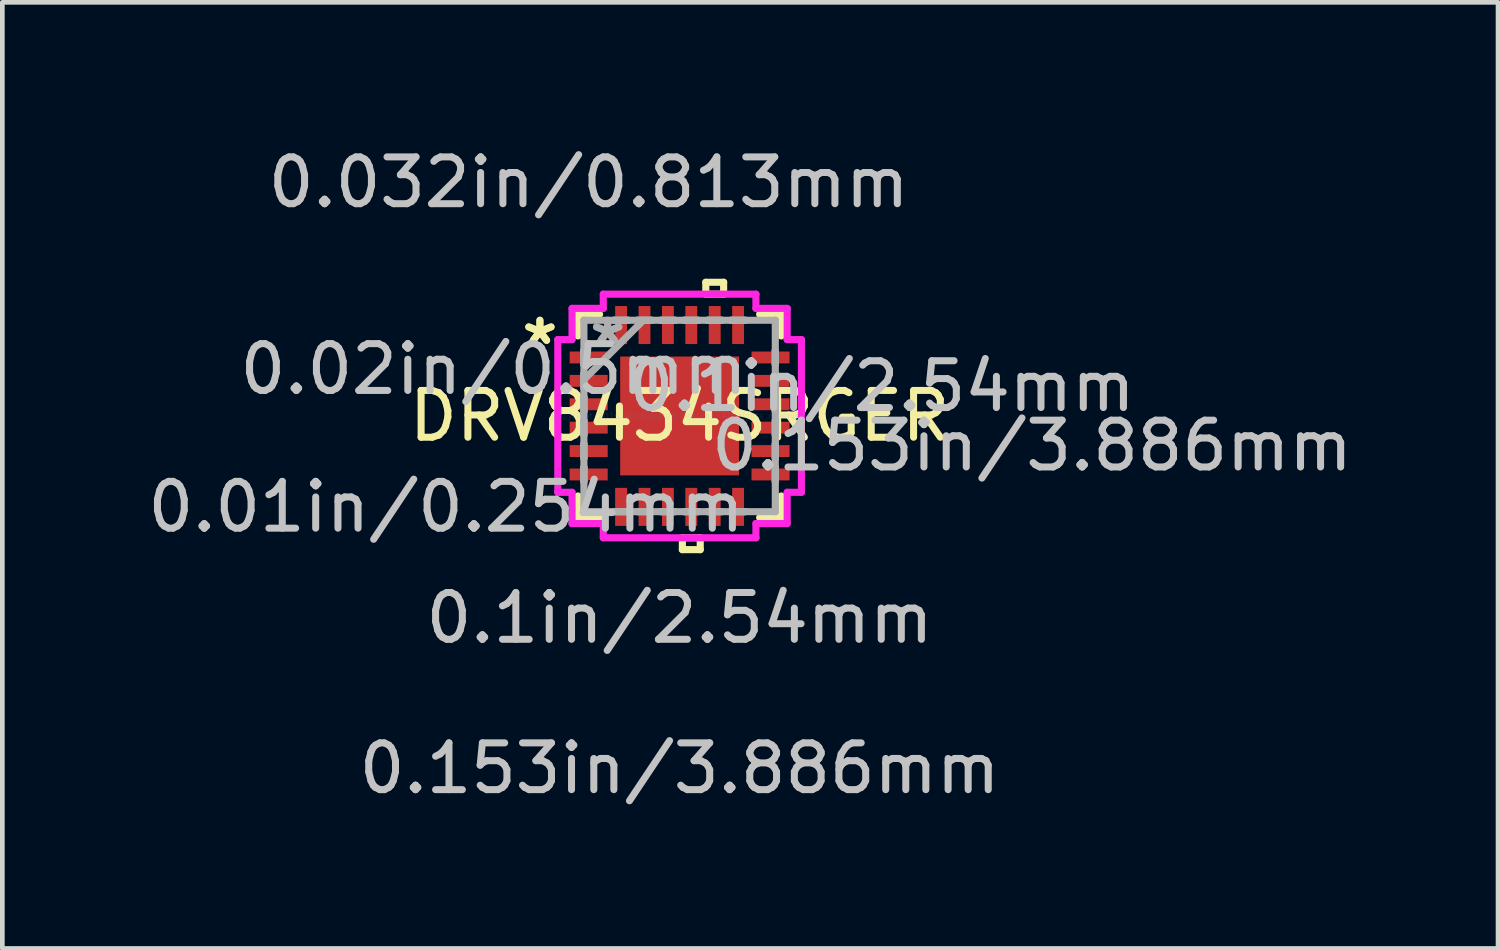
<source format=kicad_pcb>
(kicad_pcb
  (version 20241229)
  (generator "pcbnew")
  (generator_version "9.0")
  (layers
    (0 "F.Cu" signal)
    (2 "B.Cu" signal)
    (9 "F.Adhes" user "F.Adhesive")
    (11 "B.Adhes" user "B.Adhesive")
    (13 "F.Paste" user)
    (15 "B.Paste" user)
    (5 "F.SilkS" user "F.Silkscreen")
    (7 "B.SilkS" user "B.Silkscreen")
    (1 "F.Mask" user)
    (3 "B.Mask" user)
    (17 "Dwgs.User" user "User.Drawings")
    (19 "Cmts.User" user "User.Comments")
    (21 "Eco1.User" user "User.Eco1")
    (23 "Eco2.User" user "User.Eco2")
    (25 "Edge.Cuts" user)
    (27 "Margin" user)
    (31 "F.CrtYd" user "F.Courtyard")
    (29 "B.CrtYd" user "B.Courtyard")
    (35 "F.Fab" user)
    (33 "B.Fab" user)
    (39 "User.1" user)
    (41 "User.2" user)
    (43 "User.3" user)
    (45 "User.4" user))
  (footprint "DRV8434SRGER"
    (layer "F.Cu")
    (at 11.473 5.839)
    (property "Reference" "DRV8434SRGER" (at 0 0 0) (layer "F.SilkS") (effects (font (size 1 1) (thickness 0.15))))
    (attr through_hole)
    (fp_line (start -2.172 -2.172) (end -2.172 -1.71) (stroke (width 0.152) (type solid)) (layer "F.SilkS"))
    (fp_line (start -2.172 1.71) (end -2.172 2.172) (stroke (width 0.152) (type solid)) (layer "F.SilkS"))
    (fp_line (start -2.172 2.172) (end -1.71 2.172) (stroke (width 0.152) (type solid)) (layer "F.SilkS"))
    (fp_line (start -1.71 -2.172) (end -2.172 -2.172) (stroke (width 0.152) (type solid)) (layer "F.SilkS"))
    (fp_line (start 0.059 2.603) (end 0.059 2.857) (stroke (width 0.152) (type solid)) (layer "F.SilkS"))
    (fp_line (start 0.059 2.857) (end 0.441 2.857) (stroke (width 0.152) (type solid)) (layer "F.SilkS"))
    (fp_line (start 0.441 2.603) (end 0.059 2.603) (stroke (width 0.152) (type solid)) (layer "F.SilkS"))
    (fp_line (start 0.441 2.857) (end 0.441 2.603) (stroke (width 0.152) (type solid)) (layer "F.SilkS"))
    (fp_line (start 0.56 -2.857) (end 0.941 -2.857) (stroke (width 0.152) (type solid)) (layer "F.SilkS"))
    (fp_line (start 0.56 -2.603) (end 0.56 -2.857) (stroke (width 0.152) (type solid)) (layer "F.SilkS"))
    (fp_line (start 0.941 -2.857) (end 0.941 -2.603) (stroke (width 0.152) (type solid)) (layer "F.SilkS"))
    (fp_line (start 0.941 -2.603) (end 0.56 -2.603) (stroke (width 0.152) (type solid)) (layer "F.SilkS"))
    (fp_line (start 1.71 2.172) (end 2.172 2.172) (stroke (width 0.152) (type solid)) (layer "F.SilkS"))
    (fp_line (start 2.172 -2.172) (end 1.71 -2.172) (stroke (width 0.152) (type solid)) (layer "F.SilkS"))
    (fp_line (start 2.172 -1.71) (end 2.172 -2.172) (stroke (width 0.152) (type solid)) (layer "F.SilkS"))
    (fp_line (start 2.172 2.172) (end 2.172 1.71) (stroke (width 0.152) (type solid)) (layer "F.SilkS"))
    (fp_line (start -1.17 -1.17) (end -1.17 -0.1) (stroke (width 0.152) (type solid)) (layer "F.Paste"))
    (fp_line (start -1.17 -0.1) (end -0.1 -0.1) (stroke (width 0.152) (type solid)) (layer "F.Paste"))
    (fp_line (start -1.17 0.1) (end -1.17 1.17) (stroke (width 0.152) (type solid)) (layer "F.Paste"))
    (fp_line (start -1.17 1.17) (end -0.1 1.17) (stroke (width 0.152) (type solid)) (layer "F.Paste"))
    (fp_line (start -0.1 -1.17) (end -1.17 -1.17) (stroke (width 0.152) (type solid)) (layer "F.Paste"))
    (fp_line (start -0.1 -0.1) (end -0.1 -1.17) (stroke (width 0.152) (type solid)) (layer "F.Paste"))
    (fp_line (start -0.1 0.1) (end -1.17 0.1) (stroke (width 0.152) (type solid)) (layer "F.Paste"))
    (fp_line (start -0.1 1.17) (end -0.1 0.1) (stroke (width 0.152) (type solid)) (layer "F.Paste"))
    (fp_line (start 0.1 -1.17) (end 0.1 -0.1) (stroke (width 0.152) (type solid)) (layer "F.Paste"))
    (fp_line (start 0.1 -0.1) (end 1.17 -0.1) (stroke (width 0.152) (type solid)) (layer "F.Paste"))
    (fp_line (start 0.1 0.1) (end 0.1 1.17) (stroke (width 0.152) (type solid)) (layer "F.Paste"))
    (fp_line (start 0.1 1.17) (end 1.17 1.17) (stroke (width 0.152) (type solid)) (layer "F.Paste"))
    (fp_line (start 1.17 -1.17) (end 0.1 -1.17) (stroke (width 0.152) (type solid)) (layer "F.Paste"))
    (fp_line (start 1.17 -0.1) (end 1.17 -1.17) (stroke (width 0.152) (type solid)) (layer "F.Paste"))
    (fp_line (start 1.17 0.1) (end 0.1 0.1) (stroke (width 0.152) (type solid)) (layer "F.Paste"))
    (fp_line (start 1.17 1.17) (end 1.17 0.1) (stroke (width 0.152) (type solid)) (layer "F.Paste"))
    (fp_line (start -2.603 -1.631) (end -2.299 -1.631) (stroke (width 0.152) (type solid)) (layer "F.CrtYd"))
    (fp_line (start -2.603 1.631) (end -2.603 -1.631) (stroke (width 0.152) (type solid)) (layer "F.CrtYd"))
    (fp_line (start -2.299 -2.299) (end -1.631 -2.299) (stroke (width 0.152) (type solid)) (layer "F.CrtYd"))
    (fp_line (start -2.299 -1.631) (end -2.299 -2.299) (stroke (width 0.152) (type solid)) (layer "F.CrtYd"))
    (fp_line (start -2.299 1.631) (end -2.603 1.631) (stroke (width 0.152) (type solid)) (layer "F.CrtYd"))
    (fp_line (start -2.299 2.299) (end -2.299 1.631) (stroke (width 0.152) (type solid)) (layer "F.CrtYd"))
    (fp_line (start -1.631 -2.603) (end 1.631 -2.603) (stroke (width 0.152) (type solid)) (layer "F.CrtYd"))
    (fp_line (start -1.631 -2.299) (end -1.631 -2.603) (stroke (width 0.152) (type solid)) (layer "F.CrtYd"))
    (fp_line (start -1.631 2.299) (end -2.299 2.299) (stroke (width 0.152) (type solid)) (layer "F.CrtYd"))
    (fp_line (start -1.631 2.603) (end -1.631 2.299) (stroke (width 0.152) (type solid)) (layer "F.CrtYd"))
    (fp_line (start 1.631 -2.603) (end 1.631 -2.299) (stroke (width 0.152) (type solid)) (layer "F.CrtYd"))
    (fp_line (start 1.631 -2.299) (end 2.299 -2.299) (stroke (width 0.152) (type solid)) (layer "F.CrtYd"))
    (fp_line (start 1.631 2.299) (end 1.631 2.603) (stroke (width 0.152) (type solid)) (layer "F.CrtYd"))
    (fp_line (start 1.631 2.603) (end -1.631 2.603) (stroke (width 0.152) (type solid)) (layer "F.CrtYd"))
    (fp_line (start 2.299 -2.299) (end 2.299 -1.631) (stroke (width 0.152) (type solid)) (layer "F.CrtYd"))
    (fp_line (start 2.299 -1.631) (end 2.603 -1.631) (stroke (width 0.152) (type solid)) (layer "F.CrtYd"))
    (fp_line (start 2.299 1.631) (end 2.299 2.299) (stroke (width 0.152) (type solid)) (layer "F.CrtYd"))
    (fp_line (start 2.299 2.299) (end 1.631 2.299) (stroke (width 0.152) (type solid)) (layer "F.CrtYd"))
    (fp_line (start 2.603 -1.631) (end 2.603 1.631) (stroke (width 0.152) (type solid)) (layer "F.CrtYd"))
    (fp_line (start 2.603 1.631) (end 2.299 1.631) (stroke (width 0.152) (type solid)) (layer "F.CrtYd"))
    (fp_line (start -2.045 -2.045) (end -2.045 -2.045) (stroke (width 0.152) (type solid)) (layer "F.Fab"))
    (fp_line (start -2.045 -2.045) (end -2.045 2.045) (stroke (width 0.152) (type solid)) (layer "F.Fab"))
    (fp_line (start -2.045 -1.402) (end -2.045 -1.402) (stroke (width 0.152) (type solid)) (layer "F.Fab"))
    (fp_line (start -2.045 -1.402) (end -2.045 -1.098) (stroke (width 0.152) (type solid)) (layer "F.Fab"))
    (fp_line (start -2.045 -1.098) (end -2.045 -1.402) (stroke (width 0.152) (type solid)) (layer "F.Fab"))
    (fp_line (start -2.045 -1.098) (end -2.045 -1.098) (stroke (width 0.152) (type solid)) (layer "F.Fab"))
    (fp_line (start -2.045 -0.902) (end -2.045 -0.902) (stroke (width 0.152) (type solid)) (layer "F.Fab"))
    (fp_line (start -2.045 -0.902) (end -2.045 -0.598) (stroke (width 0.152) (type solid)) (layer "F.Fab"))
    (fp_line (start -2.045 -0.775) (end -0.775 -2.045) (stroke (width 0.152) (type solid)) (layer "F.Fab"))
    (fp_line (start -2.045 -0.598) (end -2.045 -0.902) (stroke (width 0.152) (type solid)) (layer "F.Fab"))
    (fp_line (start -2.045 -0.598) (end -2.045 -0.598) (stroke (width 0.152) (type solid)) (layer "F.Fab"))
    (fp_line (start -2.045 -0.402) (end -2.045 -0.402) (stroke (width 0.152) (type solid)) (layer "F.Fab"))
    (fp_line (start -2.045 -0.402) (end -2.045 -0.098) (stroke (width 0.152) (type solid)) (layer "F.Fab"))
    (fp_line (start -2.045 -0.098) (end -2.045 -0.402) (stroke (width 0.152) (type solid)) (layer "F.Fab"))
    (fp_line (start -2.045 -0.098) (end -2.045 -0.098) (stroke (width 0.152) (type solid)) (layer "F.Fab"))
    (fp_line (start -2.045 0.098) (end -2.045 0.098) (stroke (width 0.152) (type solid)) (layer "F.Fab"))
    (fp_line (start -2.045 0.098) (end -2.045 0.402) (stroke (width 0.152) (type solid)) (layer "F.Fab"))
    (fp_line (start -2.045 0.402) (end -2.045 0.098) (stroke (width 0.152) (type solid)) (layer "F.Fab"))
    (fp_line (start -2.045 0.402) (end -2.045 0.402) (stroke (width 0.152) (type solid)) (layer "F.Fab"))
    (fp_line (start -2.045 0.598) (end -2.045 0.598) (stroke (width 0.152) (type solid)) (layer "F.Fab"))
    (fp_line (start -2.045 0.598) (end -2.045 0.902) (stroke (width 0.152) (type solid)) (layer "F.Fab"))
    (fp_line (start -2.045 0.902) (end -2.045 0.598) (stroke (width 0.152) (type solid)) (layer "F.Fab"))
    (fp_line (start -2.045 0.902) (end -2.045 0.902) (stroke (width 0.152) (type solid)) (layer "F.Fab"))
    (fp_line (start -2.045 1.098) (end -2.045 1.098) (stroke (width 0.152) (type solid)) (layer "F.Fab"))
    (fp_line (start -2.045 1.098) (end -2.045 1.402) (stroke (width 0.152) (type solid)) (layer "F.Fab"))
    (fp_line (start -2.045 1.402) (end -2.045 1.098) (stroke (width 0.152) (type solid)) (layer "F.Fab"))
    (fp_line (start -2.045 1.402) (end -2.045 1.402) (stroke (width 0.152) (type solid)) (layer "F.Fab"))
    (fp_line (start -2.045 2.045) (end -2.045 2.045) (stroke (width 0.152) (type solid)) (layer "F.Fab"))
    (fp_line (start -2.045 2.045) (end 2.045 2.045) (stroke (width 0.152) (type solid)) (layer "F.Fab"))
    (fp_line (start -1.402 -2.045) (end -1.402 -2.045) (stroke (width 0.152) (type solid)) (layer "F.Fab"))
    (fp_line (start -1.402 -2.045) (end -1.098 -2.045) (stroke (width 0.152) (type solid)) (layer "F.Fab"))
    (fp_line (start -1.402 2.045) (end -1.402 2.045) (stroke (width 0.152) (type solid)) (layer "F.Fab"))
    (fp_line (start -1.402 2.045) (end -1.098 2.045) (stroke (width 0.152) (type solid)) (layer "F.Fab"))
    (fp_line (start -1.098 -2.045) (end -1.402 -2.045) (stroke (width 0.152) (type solid)) (layer "F.Fab"))
    (fp_line (start -1.098 -2.045) (end -1.098 -2.045) (stroke (width 0.152) (type solid)) (layer "F.Fab"))
    (fp_line (start -1.098 2.045) (end -1.402 2.045) (stroke (width 0.152) (type solid)) (layer "F.Fab"))
    (fp_line (start -1.098 2.045) (end -1.098 2.045) (stroke (width 0.152) (type solid)) (layer "F.Fab"))
    (fp_line (start -0.902 -2.045) (end -0.902 -2.045) (stroke (width 0.152) (type solid)) (layer "F.Fab"))
    (fp_line (start -0.902 -2.045) (end -0.598 -2.045) (stroke (width 0.152) (type solid)) (layer "F.Fab"))
    (fp_line (start -0.902 2.045) (end -0.902 2.045) (stroke (width 0.152) (type solid)) (layer "F.Fab"))
    (fp_line (start -0.902 2.045) (end -0.598 2.045) (stroke (width 0.152) (type solid)) (layer "F.Fab"))
    (fp_line (start -0.598 -2.045) (end -0.902 -2.045) (stroke (width 0.152) (type solid)) (layer "F.Fab"))
    (fp_line (start -0.598 -2.045) (end -0.598 -2.045) (stroke (width 0.152) (type solid)) (layer "F.Fab"))
    (fp_line (start -0.598 2.045) (end -0.902 2.045) (stroke (width 0.152) (type solid)) (layer "F.Fab"))
    (fp_line (start -0.598 2.045) (end -0.598 2.045) (stroke (width 0.152) (type solid)) (layer "F.Fab"))
    (fp_line (start -0.402 -2.045) (end -0.402 -2.045) (stroke (width 0.152) (type solid)) (layer "F.Fab"))
    (fp_line (start -0.402 -2.045) (end -0.098 -2.045) (stroke (width 0.152) (type solid)) (layer "F.Fab"))
    (fp_line (start -0.402 2.045) (end -0.402 2.045) (stroke (width 0.152) (type solid)) (layer "F.Fab"))
    (fp_line (start -0.402 2.045) (end -0.098 2.045) (stroke (width 0.152) (type solid)) (layer "F.Fab"))
    (fp_line (start -0.098 -2.045) (end -0.402 -2.045) (stroke (width 0.152) (type solid)) (layer "F.Fab"))
    (fp_line (start -0.098 -2.045) (end -0.098 -2.045) (stroke (width 0.152) (type solid)) (layer "F.Fab"))
    (fp_line (start -0.098 2.045) (end -0.402 2.045) (stroke (width 0.152) (type solid)) (layer "F.Fab"))
    (fp_line (start -0.098 2.045) (end -0.098 2.045) (stroke (width 0.152) (type solid)) (layer "F.Fab"))
    (fp_line (start 0.098 -2.045) (end 0.098 -2.045) (stroke (width 0.152) (type solid)) (layer "F.Fab"))
    (fp_line (start 0.098 -2.045) (end 0.402 -2.045) (stroke (width 0.152) (type solid)) (layer "F.Fab"))
    (fp_line (start 0.098 2.045) (end 0.098 2.045) (stroke (width 0.152) (type solid)) (layer "F.Fab"))
    (fp_line (start 0.098 2.045) (end 0.402 2.045) (stroke (width 0.152) (type solid)) (layer "F.Fab"))
    (fp_line (start 0.402 -2.045) (end 0.098 -2.045) (stroke (width 0.152) (type solid)) (layer "F.Fab"))
    (fp_line (start 0.402 -2.045) (end 0.402 -2.045) (stroke (width 0.152) (type solid)) (layer "F.Fab"))
    (fp_line (start 0.402 2.045) (end 0.098 2.045) (stroke (width 0.152) (type solid)) (layer "F.Fab"))
    (fp_line (start 0.402 2.045) (end 0.402 2.045) (stroke (width 0.152) (type solid)) (layer "F.Fab"))
    (fp_line (start 0.598 -2.045) (end 0.598 -2.045) (stroke (width 0.152) (type solid)) (layer "F.Fab"))
    (fp_line (start 0.598 -2.045) (end 0.902 -2.045) (stroke (width 0.152) (type solid)) (layer "F.Fab"))
    (fp_line (start 0.598 2.045) (end 0.598 2.045) (stroke (width 0.152) (type solid)) (layer "F.Fab"))
    (fp_line (start 0.598 2.045) (end 0.902 2.045) (stroke (width 0.152) (type solid)) (layer "F.Fab"))
    (fp_line (start 0.902 -2.045) (end 0.598 -2.045) (stroke (width 0.152) (type solid)) (layer "F.Fab"))
    (fp_line (start 0.902 -2.045) (end 0.902 -2.045) (stroke (width 0.152) (type solid)) (layer "F.Fab"))
    (fp_line (start 0.902 2.045) (end 0.598 2.045) (stroke (width 0.152) (type solid)) (layer "F.Fab"))
    (fp_line (start 0.902 2.045) (end 0.902 2.045) (stroke (width 0.152) (type solid)) (layer "F.Fab"))
    (fp_line (start 1.098 -2.045) (end 1.098 -2.045) (stroke (width 0.152) (type solid)) (layer "F.Fab"))
    (fp_line (start 1.098 -2.045) (end 1.402 -2.045) (stroke (width 0.152) (type solid)) (layer "F.Fab"))
    (fp_line (start 1.098 2.045) (end 1.098 2.045) (stroke (width 0.152) (type solid)) (layer "F.Fab"))
    (fp_line (start 1.098 2.045) (end 1.402 2.045) (stroke (width 0.152) (type solid)) (layer "F.Fab"))
    (fp_line (start 1.402 -2.045) (end 1.098 -2.045) (stroke (width 0.152) (type solid)) (layer "F.Fab"))
    (fp_line (start 1.402 -2.045) (end 1.402 -2.045) (stroke (width 0.152) (type solid)) (layer "F.Fab"))
    (fp_line (start 1.402 2.045) (end 1.098 2.045) (stroke (width 0.152) (type solid)) (layer "F.Fab"))
    (fp_line (start 1.402 2.045) (end 1.402 2.045) (stroke (width 0.152) (type solid)) (layer "F.Fab"))
    (fp_line (start 2.045 -2.045) (end -2.045 -2.045) (stroke (width 0.152) (type solid)) (layer "F.Fab"))
    (fp_line (start 2.045 -2.045) (end 2.045 -2.045) (stroke (width 0.152) (type solid)) (layer "F.Fab"))
    (fp_line (start 2.045 -1.402) (end 2.045 -1.402) (stroke (width 0.152) (type solid)) (layer "F.Fab"))
    (fp_line (start 2.045 -1.402) (end 2.045 -1.098) (stroke (width 0.152) (type solid)) (layer "F.Fab"))
    (fp_line (start 2.045 -1.098) (end 2.045 -1.402) (stroke (width 0.152) (type solid)) (layer "F.Fab"))
    (fp_line (start 2.045 -1.098) (end 2.045 -1.098) (stroke (width 0.152) (type solid)) (layer "F.Fab"))
    (fp_line (start 2.045 -0.902) (end 2.045 -0.902) (stroke (width 0.152) (type solid)) (layer "F.Fab"))
    (fp_line (start 2.045 -0.902) (end 2.045 -0.598) (stroke (width 0.152) (type solid)) (layer "F.Fab"))
    (fp_line (start 2.045 -0.598) (end 2.045 -0.902) (stroke (width 0.152) (type solid)) (layer "F.Fab"))
    (fp_line (start 2.045 -0.598) (end 2.045 -0.598) (stroke (width 0.152) (type solid)) (layer "F.Fab"))
    (fp_line (start 2.045 -0.402) (end 2.045 -0.402) (stroke (width 0.152) (type solid)) (layer "F.Fab"))
    (fp_line (start 2.045 -0.402) (end 2.045 -0.098) (stroke (width 0.152) (type solid)) (layer "F.Fab"))
    (fp_line (start 2.045 -0.098) (end 2.045 -0.402) (stroke (width 0.152) (type solid)) (layer "F.Fab"))
    (fp_line (start 2.045 -0.098) (end 2.045 -0.098) (stroke (width 0.152) (type solid)) (layer "F.Fab"))
    (fp_line (start 2.045 0.098) (end 2.045 0.098) (stroke (width 0.152) (type solid)) (layer "F.Fab"))
    (fp_line (start 2.045 0.098) (end 2.045 0.402) (stroke (width 0.152) (type solid)) (layer "F.Fab"))
    (fp_line (start 2.045 0.402) (end 2.045 0.098) (stroke (width 0.152) (type solid)) (layer "F.Fab"))
    (fp_line (start 2.045 0.402) (end 2.045 0.402) (stroke (width 0.152) (type solid)) (layer "F.Fab"))
    (fp_line (start 2.045 0.598) (end 2.045 0.598) (stroke (width 0.152) (type solid)) (layer "F.Fab"))
    (fp_line (start 2.045 0.598) (end 2.045 0.902) (stroke (width 0.152) (type solid)) (layer "F.Fab"))
    (fp_line (start 2.045 0.902) (end 2.045 0.598) (stroke (width 0.152) (type solid)) (layer "F.Fab"))
    (fp_line (start 2.045 0.902) (end 2.045 0.902) (stroke (width 0.152) (type solid)) (layer "F.Fab"))
    (fp_line (start 2.045 1.098) (end 2.045 1.098) (stroke (width 0.152) (type solid)) (layer "F.Fab"))
    (fp_line (start 2.045 1.098) (end 2.045 1.402) (stroke (width 0.152) (type solid)) (layer "F.Fab"))
    (fp_line (start 2.045 1.402) (end 2.045 1.098) (stroke (width 0.152) (type solid)) (layer "F.Fab"))
    (fp_line (start 2.045 1.402) (end 2.045 1.402) (stroke (width 0.152) (type solid)) (layer "F.Fab"))
    (fp_line (start 2.045 2.045) (end 2.045 -2.045) (stroke (width 0.152) (type solid)) (layer "F.Fab"))
    (fp_line (start 2.045 2.045) (end 2.045 2.045) (stroke (width 0.152) (type solid)) (layer "F.Fab"))
    (fp_text user "*" (at -2.985 -1.5 0) (layer "F.SilkS") (effects (font (size 1 1) (thickness 0.15))))
    (fp_text user "*" (at -2.985 -1.5 0) (layer "F.SilkS") (effects (font (size 1 1) (thickness 0.15))))
    (fp_text user "0.01in/0.254mm" (at -4.991 1.943 0) (layer "Dwgs.User") (effects (font (size 1 1) (thickness 0.15))))
    (fp_text user "0.153in/3.886mm" (at 7.531 0.635 0) (layer "Dwgs.User") (effects (font (size 1 1) (thickness 0.15))))
    (fp_text user "0.153in/3.886mm" (at 0 7.531 0) (layer "Dwgs.User") (effects (font (size 1 1) (thickness 0.15))))
    (fp_text user "0.1in/2.54mm" (at 4.318 -0.635 0) (layer "Dwgs.User") (effects (font (size 1 1) (thickness 0.15))))
    (fp_text user "0.1in/2.54mm" (at 0 4.318 0) (layer "Dwgs.User") (effects (font (size 1 1) (thickness 0.15))))
    (fp_text user "0.02in/0.5mm" (at -3.975 -1 0) (layer "Dwgs.User") (effects (font (size 1 1) (thickness 0.15))))
    (fp_text user "0.032in/0.813mm" (at -1.943 -4.991 0) (layer "Dwgs.User") (effects (font (size 1 1) (thickness 0.15))))
    (fp_text user "Copyright 2016 Accelerated Designs. All rights reserved." (at 0 0 0) (layer "Cmts.User") (effects (font (size 0.127 0.127) (thickness 0.002))))
    (fp_text user "*" (at -1.537 -1.5 0) (layer "F.Fab") (effects (font (size 1 1) (thickness 0.15))))
    (fp_text user "*" (at -1.537 -1.5 0) (layer "F.Fab") (effects (font (size 1 1) (thickness 0.15))))
    (pad "1" smd rect (at -1.943 -1.25 90) (size 0.254 0.813) (layers "F.Cu" "F.Mask" "F.Paste"))
    (pad "2" smd rect (at -1.943 -0.75 90) (size 0.254 0.813) (layers "F.Cu" "F.Mask" "F.Paste"))
    (pad "3" smd rect (at -1.943 -0.25 90) (size 0.254 0.813) (layers "F.Cu" "F.Mask" "F.Paste"))
    (pad "4" smd rect (at -1.943 0.25 90) (size 0.254 0.813) (layers "F.Cu" "F.Mask" "F.Paste"))
    (pad "5" smd rect (at -1.943 0.75 90) (size 0.254 0.813) (layers "F.Cu" "F.Mask" "F.Paste"))
    (pad "6" smd rect (at -1.943 1.25 90) (size 0.254 0.813) (layers "F.Cu" "F.Mask" "F.Paste"))
    (pad "7" smd rect (at -1.25 1.943) (size 0.254 0.813) (layers "F.Cu" "F.Mask" "F.Paste"))
    (pad "8" smd rect (at -0.75 1.943) (size 0.254 0.813) (layers "F.Cu" "F.Mask" "F.Paste"))
    (pad "9" smd rect (at -0.25 1.943) (size 0.254 0.813) (layers "F.Cu" "F.Mask" "F.Paste"))
    (pad "10" smd rect (at 0.25 1.943) (size 0.254 0.813) (layers "F.Cu" "F.Mask" "F.Paste"))
    (pad "11" smd rect (at 0.75 1.943) (size 0.254 0.813) (layers "F.Cu" "F.Mask" "F.Paste"))
    (pad "12" smd rect (at 1.25 1.943) (size 0.254 0.813) (layers "F.Cu" "F.Mask" "F.Paste"))
    (pad "13" smd rect (at 1.943 1.25 90) (size 0.254 0.813) (layers "F.Cu" "F.Mask" "F.Paste"))
    (pad "14" smd rect (at 1.943 0.75 90) (size 0.254 0.813) (layers "F.Cu" "F.Mask" "F.Paste"))
    (pad "15" smd rect (at 1.943 0.25 90) (size 0.254 0.813) (layers "F.Cu" "F.Mask" "F.Paste"))
    (pad "16" smd rect (at 1.943 -0.25 90) (size 0.254 0.813) (layers "F.Cu" "F.Mask" "F.Paste"))
    (pad "17" smd rect (at 1.943 -0.75 90) (size 0.254 0.813) (layers "F.Cu" "F.Mask" "F.Paste"))
    (pad "18" smd rect (at 1.943 -1.25 90) (size 0.254 0.813) (layers "F.Cu" "F.Mask" "F.Paste"))
    (pad "19" smd rect (at 1.25 -1.943) (size 0.254 0.813) (layers "F.Cu" "F.Mask" "F.Paste"))
    (pad "20" smd rect (at 0.75 -1.943) (size 0.254 0.813) (layers "F.Cu" "F.Mask" "F.Paste"))
    (pad "21" smd rect (at 0.25 -1.943) (size 0.254 0.813) (layers "F.Cu" "F.Mask" "F.Paste"))
    (pad "22" smd rect (at -0.25 -1.943) (size 0.254 0.813) (layers "F.Cu" "F.Mask" "F.Paste"))
    (pad "23" smd rect (at -0.75 -1.943) (size 0.254 0.813) (layers "F.Cu" "F.Mask" "F.Paste"))
    (pad "24" smd rect (at -1.25 -1.943) (size 0.254 0.813) (layers "F.Cu" "F.Mask" "F.Paste"))
    (pad "25" smd rect (at 0 0) (size 2.54 2.54) (layers "F.Cu" "F.Mask" "F.Paste")))
  (gr_rect
    (start -3 -3)
    (end 28.963 17.219)
    (stroke (width 0.1) (type default))
    (fill no)
    (layer "Edge.Cuts")))
</source>
